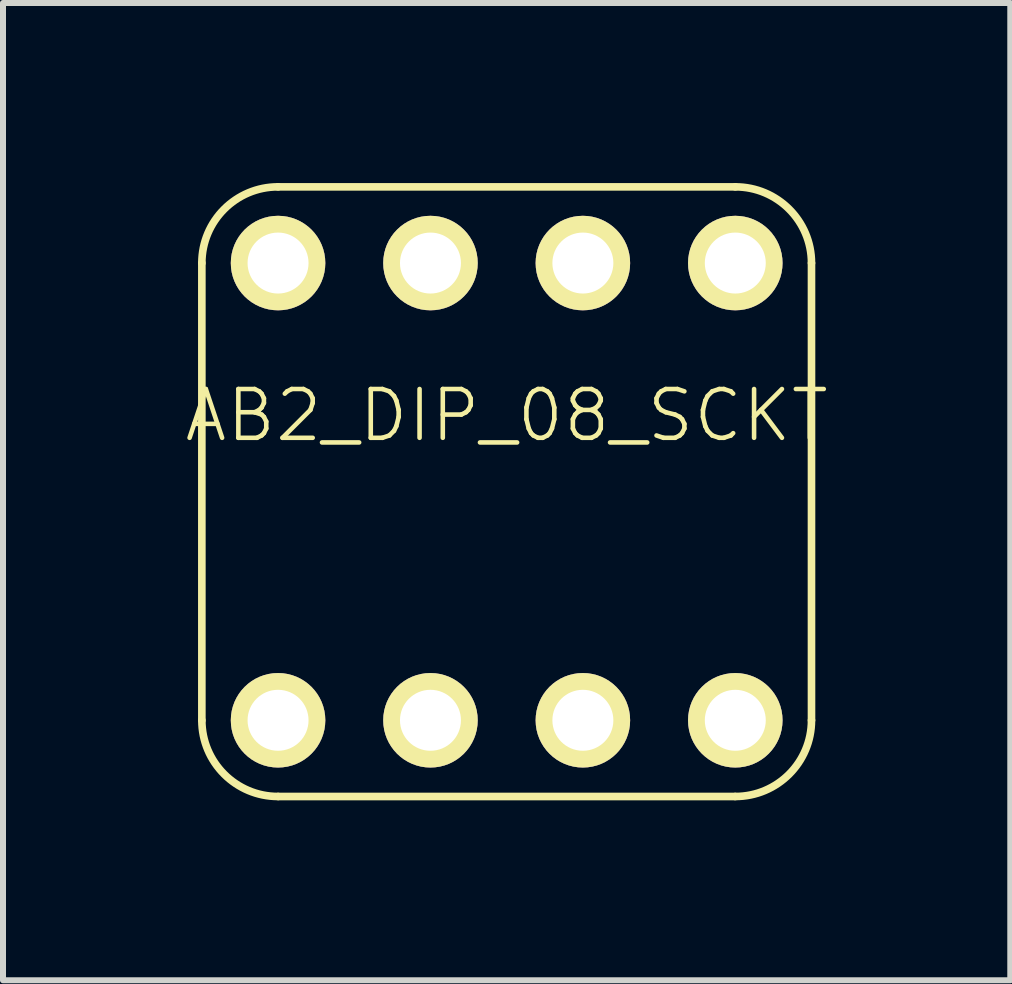
<source format=kicad_pcb>
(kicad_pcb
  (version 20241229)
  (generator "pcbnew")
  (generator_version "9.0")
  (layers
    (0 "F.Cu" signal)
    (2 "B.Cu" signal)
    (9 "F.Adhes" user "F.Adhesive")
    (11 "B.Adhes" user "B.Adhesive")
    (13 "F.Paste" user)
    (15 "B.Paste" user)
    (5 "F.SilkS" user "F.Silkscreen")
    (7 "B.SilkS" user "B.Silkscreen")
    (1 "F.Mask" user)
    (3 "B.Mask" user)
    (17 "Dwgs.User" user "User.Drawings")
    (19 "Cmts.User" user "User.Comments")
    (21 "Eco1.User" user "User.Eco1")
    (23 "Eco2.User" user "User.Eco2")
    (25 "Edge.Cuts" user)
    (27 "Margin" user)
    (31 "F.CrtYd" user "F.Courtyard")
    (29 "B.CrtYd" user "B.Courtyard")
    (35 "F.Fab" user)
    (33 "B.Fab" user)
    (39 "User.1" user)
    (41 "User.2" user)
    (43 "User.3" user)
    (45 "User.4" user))
  (footprint "AB2_DIP_08_SCKT"
    (layer "F.Cu")
    (at 5.394 5.144)
    (property "Reference" "AB2_DIP_08_SCKT" (at 0 -1.27 0) (layer "F.SilkS") (effects (font (size 0.813 0.813) (thickness 0.076))))
    (attr through_hole)
    (fp_line (start -5.08 -3.81) (end -5.08 3.81) (stroke (width 0.127) (type solid)) (layer "F.SilkS"))
    (fp_line (start -3.81 -5.08) (end 3.81 -5.08) (stroke (width 0.127) (type solid)) (layer "F.SilkS"))
    (fp_line (start -3.81 5.08) (end 3.81 5.08) (stroke (width 0.127) (type solid)) (layer "F.SilkS"))
    (fp_line (start 5.08 3.81) (end 5.08 -3.81) (stroke (width 0.127) (type solid)) (layer "F.SilkS"))
    (fp_arc (start -5.08 -3.81) (mid -4.708026 -4.708026) (end -3.81 -5.08) (stroke (width 0.127) (type solid)) (layer "F.SilkS"))
    (fp_arc (start -3.81 5.08) (mid -4.708026 4.708026) (end -5.08 3.81) (stroke (width 0.127) (type solid)) (layer "F.SilkS"))
    (fp_arc (start 3.81 -5.08) (mid 4.708026 -4.708026) (end 5.08 -3.81) (stroke (width 0.127) (type solid)) (layer "F.SilkS"))
    (fp_arc (start 5.08 3.81) (mid 4.708026 4.708026) (end 3.81 5.08) (stroke (width 0.127) (type solid)) (layer "F.SilkS"))
    (pad "1" thru_hole circle (at -3.81 3.81) (size 1.575 1.575) (drill 1.016) (layers "*.Cu" "*.Mask" "F.SilkS"))
    (pad "2" thru_hole circle (at -1.27 3.81) (size 1.575 1.575) (drill 1.016) (layers "*.Cu" "*.Mask" "F.SilkS"))
    (pad "3" thru_hole circle (at 1.27 3.81) (size 1.575 1.575) (drill 1.016) (layers "*.Cu" "*.Mask" "F.SilkS"))
    (pad "4" thru_hole circle (at 3.81 3.81) (size 1.575 1.575) (drill 1.016) (layers "*.Cu" "*.Mask" "F.SilkS"))
    (pad "5" thru_hole circle (at 3.81 -3.81) (size 1.575 1.575) (drill 1.016) (layers "*.Cu" "*.Mask" "F.SilkS"))
    (pad "6" thru_hole circle (at 1.27 -3.81) (size 1.575 1.575) (drill 1.016) (layers "*.Cu" "*.Mask" "F.SilkS"))
    (pad "7" thru_hole circle (at -1.27 -3.81) (size 1.575 1.575) (drill 1.016) (layers "*.Cu" "*.Mask" "F.SilkS"))
    (pad "8" thru_hole circle (at -3.81 -3.81) (size 1.575 1.575) (drill 1.016) (layers "*.Cu" "*.Mask" "F.SilkS")))
  (gr_rect
    (start -3 -3)
    (end 13.787 13.287)
    (stroke (width 0.1) (type default))
    (fill no)
    (layer "Edge.Cuts")))
</source>
